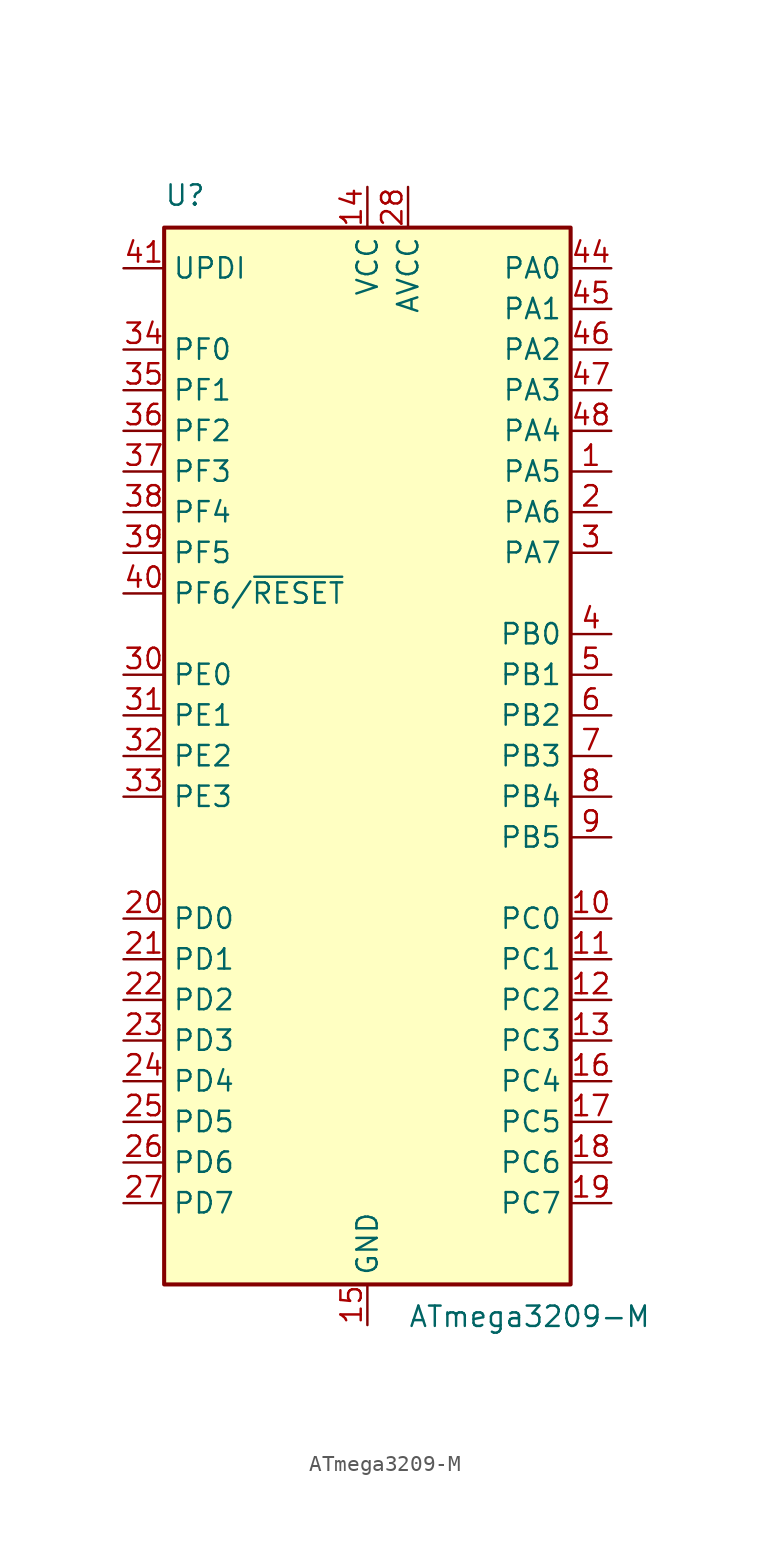
<source format=kicad_sym>
(kicad_symbol_lib
  (version 20201005)
  (generator kicad_symbol_editor)
  (symbol "MCU_Microchip_ATmega:ATmega3209-M"
    (property "Reference" "U"
      (at -12.7 34.29 0)
      (effects (font (size 1.27 1.27)) (justify left bottom)))
    (property "Value" "ATmega3209-M"
      (at 2.54 -34.29 0)
      (effects (font (size 1.27 1.27)) (justify left top)))
    (symbol "ATmega3209-M_0_1"
      (rectangle (start -12.7 -33.02) (end 12.7 33.02) (stroke (width 0.254)) (fill (type background))))
    (symbol "ATmega3209-M_1_1"
      (pin bidirectional line (at 15.24 17.78 180) (length 2.54) (name "PA5" (effects (font (size 1.27 1.27)))) (number "1" (effects (font (size 1.27 1.27)))))
      (pin bidirectional line (at 15.24 -10.16 180) (length 2.54) (name "PC0" (effects (font (size 1.27 1.27)))) (number "10" (effects (font (size 1.27 1.27)))))
      (pin bidirectional line (at 15.24 -12.7 180) (length 2.54) (name "PC1" (effects (font (size 1.27 1.27)))) (number "11" (effects (font (size 1.27 1.27)))))
      (pin bidirectional line (at 15.24 -15.24 180) (length 2.54) (name "PC2" (effects (font (size 1.27 1.27)))) (number "12" (effects (font (size 1.27 1.27)))))
      (pin bidirectional line (at 15.24 -17.78 180) (length 2.54) (name "PC3" (effects (font (size 1.27 1.27)))) (number "13" (effects (font (size 1.27 1.27)))))
      (pin power_in line (at 0 35.56 270) (length 2.54) (name "VCC" (effects (font (size 1.27 1.27)))) (number "14" (effects (font (size 1.27 1.27)))))
      (pin power_in line (at 0 -35.56 90) (length 2.54) (name "GND" (effects (font (size 1.27 1.27)))) (number "15" (effects (font (size 1.27 1.27)))))
      (pin bidirectional line (at 15.24 -20.32 180) (length 2.54) (name "PC4" (effects (font (size 1.27 1.27)))) (number "16" (effects (font (size 1.27 1.27)))))
      (pin bidirectional line (at 15.24 -22.86 180) (length 2.54) (name "PC5" (effects (font (size 1.27 1.27)))) (number "17" (effects (font (size 1.27 1.27)))))
      (pin bidirectional line (at 15.24 -25.4 180) (length 2.54) (name "PC6" (effects (font (size 1.27 1.27)))) (number "18" (effects (font (size 1.27 1.27)))))
      (pin bidirectional line (at 15.24 -27.94 180) (length 2.54) (name "PC7" (effects (font (size 1.27 1.27)))) (number "19" (effects (font (size 1.27 1.27)))))
      (pin bidirectional line (at 15.24 15.24 180) (length 2.54) (name "PA6" (effects (font (size 1.27 1.27)))) (number "2" (effects (font (size 1.27 1.27)))))
      (pin bidirectional line (at -15.24 -10.16 0) (length 2.54) (name "PD0" (effects (font (size 1.27 1.27)))) (number "20" (effects (font (size 1.27 1.27)))))
      (pin bidirectional line (at -15.24 -12.7 0) (length 2.54) (name "PD1" (effects (font (size 1.27 1.27)))) (number "21" (effects (font (size 1.27 1.27)))))
      (pin bidirectional line (at -15.24 -15.24 0) (length 2.54) (name "PD2" (effects (font (size 1.27 1.27)))) (number "22" (effects (font (size 1.27 1.27)))))
      (pin bidirectional line (at -15.24 -17.78 0) (length 2.54) (name "PD3" (effects (font (size 1.27 1.27)))) (number "23" (effects (font (size 1.27 1.27)))))
      (pin bidirectional line (at -15.24 -20.32 0) (length 2.54) (name "PD4" (effects (font (size 1.27 1.27)))) (number "24" (effects (font (size 1.27 1.27)))))
      (pin bidirectional line (at -15.24 -22.86 0) (length 2.54) (name "PD5" (effects (font (size 1.27 1.27)))) (number "25" (effects (font (size 1.27 1.27)))))
      (pin bidirectional line (at -15.24 -25.4 0) (length 2.54) (name "PD6" (effects (font (size 1.27 1.27)))) (number "26" (effects (font (size 1.27 1.27)))))
      (pin bidirectional line (at -15.24 -27.94 0) (length 2.54) (name "PD7" (effects (font (size 1.27 1.27)))) (number "27" (effects (font (size 1.27 1.27)))))
      (pin power_in line (at 2.54 35.56 270) (length 2.54) (name "AVCC" (effects (font (size 1.27 1.27)))) (number "28" (effects (font (size 1.27 1.27)))))
      (pin passive line (at 0 -35.56 90) (length 2.54) hide (name "GND" (effects (font (size 1.27 1.27)))) (number "29" (effects (font (size 1.27 1.27)))))
      (pin bidirectional line (at 15.24 12.7 180) (length 2.54) (name "PA7" (effects (font (size 1.27 1.27)))) (number "3" (effects (font (size 1.27 1.27)))))
      (pin bidirectional line (at -15.24 5.08 0) (length 2.54) (name "PE0" (effects (font (size 1.27 1.27)))) (number "30" (effects (font (size 1.27 1.27)))))
      (pin bidirectional line (at -15.24 2.54 0) (length 2.54) (name "PE1" (effects (font (size 1.27 1.27)))) (number "31" (effects (font (size 1.27 1.27)))))
      (pin bidirectional line (at -15.24 0 0) (length 2.54) (name "PE2" (effects (font (size 1.27 1.27)))) (number "32" (effects (font (size 1.27 1.27)))))
      (pin bidirectional line (at -15.24 -2.54 0) (length 2.54) (name "PE3" (effects (font (size 1.27 1.27)))) (number "33" (effects (font (size 1.27 1.27)))))
      (pin bidirectional line (at -15.24 25.4 0) (length 2.54) (name "PF0" (effects (font (size 1.27 1.27)))) (number "34" (effects (font (size 1.27 1.27)))))
      (pin bidirectional line (at -15.24 22.86 0) (length 2.54) (name "PF1" (effects (font (size 1.27 1.27)))) (number "35" (effects (font (size 1.27 1.27)))))
      (pin bidirectional line (at -15.24 20.32 0) (length 2.54) (name "PF2" (effects (font (size 1.27 1.27)))) (number "36" (effects (font (size 1.27 1.27)))))
      (pin bidirectional line (at -15.24 17.78 0) (length 2.54) (name "PF3" (effects (font (size 1.27 1.27)))) (number "37" (effects (font (size 1.27 1.27)))))
      (pin bidirectional line (at -15.24 15.24 0) (length 2.54) (name "PF4" (effects (font (size 1.27 1.27)))) (number "38" (effects (font (size 1.27 1.27)))))
      (pin bidirectional line (at -15.24 12.7 0) (length 2.54) (name "PF5" (effects (font (size 1.27 1.27)))) (number "39" (effects (font (size 1.27 1.27)))))
      (pin bidirectional line (at 15.24 7.62 180) (length 2.54) (name "PB0" (effects (font (size 1.27 1.27)))) (number "4" (effects (font (size 1.27 1.27)))))
      (pin bidirectional line (at -15.24 10.16 0) (length 2.54) (name "PF6/~RESET" (effects (font (size 1.27 1.27)))) (number "40" (effects (font (size 1.27 1.27)))))
      (pin bidirectional line (at -15.24 30.48 0) (length 2.54) (name "UPDI" (effects (font (size 1.27 1.27)))) (number "41" (effects (font (size 1.27 1.27)))))
      (pin passive line (at 0 35.56 270) (length 2.54) hide (name "VCC" (effects (font (size 1.27 1.27)))) (number "42" (effects (font (size 1.27 1.27)))))
      (pin passive line (at 0 -35.56 90) (length 2.54) hide (name "GND" (effects (font (size 1.27 1.27)))) (number "43" (effects (font (size 1.27 1.27)))))
      (pin bidirectional line (at 15.24 30.48 180) (length 2.54) (name "PA0" (effects (font (size 1.27 1.27)))) (number "44" (effects (font (size 1.27 1.27)))))
      (pin bidirectional line (at 15.24 27.94 180) (length 2.54) (name "PA1" (effects (font (size 1.27 1.27)))) (number "45" (effects (font (size 1.27 1.27)))))
      (pin bidirectional line (at 15.24 25.4 180) (length 2.54) (name "PA2" (effects (font (size 1.27 1.27)))) (number "46" (effects (font (size 1.27 1.27)))))
      (pin bidirectional line (at 15.24 22.86 180) (length 2.54) (name "PA3" (effects (font (size 1.27 1.27)))) (number "47" (effects (font (size 1.27 1.27)))))
      (pin bidirectional line (at 15.24 20.32 180) (length 2.54) (name "PA4" (effects (font (size 1.27 1.27)))) (number "48" (effects (font (size 1.27 1.27)))))
      (pin passive line (at 0 -35.56 90) (length 2.54) hide (name "GND" (effects (font (size 1.27 1.27)))) (number "49" (effects (font (size 1.27 1.27)))))
      (pin bidirectional line (at 15.24 5.08 180) (length 2.54) (name "PB1" (effects (font (size 1.27 1.27)))) (number "5" (effects (font (size 1.27 1.27)))))
      (pin bidirectional line (at 15.24 2.54 180) (length 2.54) (name "PB2" (effects (font (size 1.27 1.27)))) (number "6" (effects (font (size 1.27 1.27)))))
      (pin bidirectional line (at 15.24 0 180) (length 2.54) (name "PB3" (effects (font (size 1.27 1.27)))) (number "7" (effects (font (size 1.27 1.27)))))
      (pin bidirectional line (at 15.24 -2.54 180) (length 2.54) (name "PB4" (effects (font (size 1.27 1.27)))) (number "8" (effects (font (size 1.27 1.27)))))
      (pin bidirectional line (at 15.24 -5.08 180) (length 2.54) (name "PB5" (effects (font (size 1.27 1.27)))) (number "9" (effects (font (size 1.27 1.27))))))))
</source>
